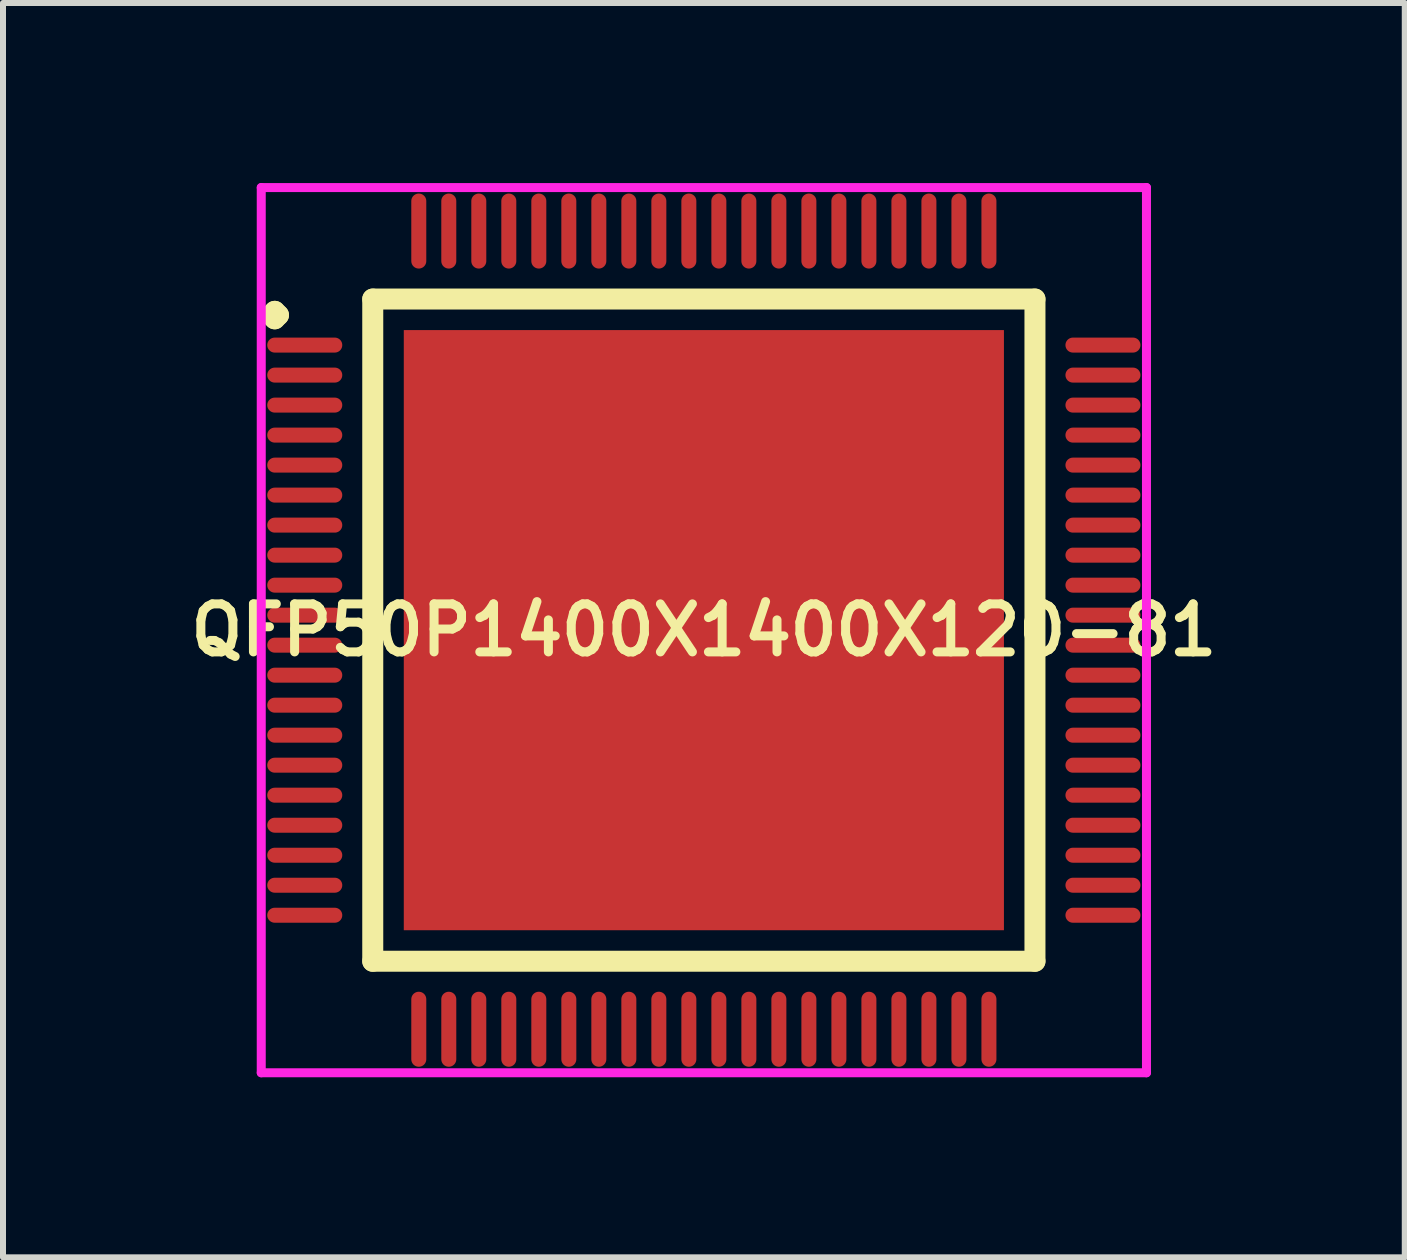
<source format=kicad_pcb>
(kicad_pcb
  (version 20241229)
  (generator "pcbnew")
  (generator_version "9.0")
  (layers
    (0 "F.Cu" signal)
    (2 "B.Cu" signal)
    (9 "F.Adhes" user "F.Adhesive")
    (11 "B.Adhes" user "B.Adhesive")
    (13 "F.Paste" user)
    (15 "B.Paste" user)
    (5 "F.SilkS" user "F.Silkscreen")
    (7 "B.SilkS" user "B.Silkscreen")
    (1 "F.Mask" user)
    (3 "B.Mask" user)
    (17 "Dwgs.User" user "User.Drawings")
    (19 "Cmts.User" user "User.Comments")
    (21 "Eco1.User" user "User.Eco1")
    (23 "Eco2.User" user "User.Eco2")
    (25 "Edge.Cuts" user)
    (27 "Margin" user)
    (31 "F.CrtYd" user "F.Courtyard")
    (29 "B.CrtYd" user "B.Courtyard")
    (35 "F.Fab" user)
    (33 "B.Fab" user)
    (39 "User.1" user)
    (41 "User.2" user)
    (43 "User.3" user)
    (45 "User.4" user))
  (footprint "QFP50P1400X1400X120-81"
    (layer "F.Cu")
    (at 8.678 7.45)
    (property "Reference" "QFP50P1400X1400X120-81" (at 0 0 0) (layer "F.SilkS") (effects (font (size 0.8 0.8) (thickness 0.15))))
    (attr through_hole)
    (fp_line (start -7.213 -5.25) (end -7.15 -5.312) (stroke (width 0.35) (type solid)) (layer "F.SilkS"))
    (fp_line (start -7.15 -5.312) (end -7.088 -5.25) (stroke (width 0.35) (type solid)) (layer "F.SilkS"))
    (fp_line (start -7.15 -5.188) (end -7.213 -5.25) (stroke (width 0.35) (type solid)) (layer "F.SilkS"))
    (fp_line (start -7.088 -5.25) (end -7.15 -5.188) (stroke (width 0.35) (type solid)) (layer "F.SilkS"))
    (fp_line (start -5.517 -5.517) (end -5.517 5.517) (stroke (width 0.35) (type solid)) (layer "F.SilkS"))
    (fp_line (start -5.517 5.517) (end 5.517 5.517) (stroke (width 0.35) (type solid)) (layer "F.SilkS"))
    (fp_line (start 5.517 -5.517) (end -5.517 -5.517) (stroke (width 0.35) (type solid)) (layer "F.SilkS"))
    (fp_line (start 5.517 5.517) (end 5.517 -5.517) (stroke (width 0.35) (type solid)) (layer "F.SilkS"))
    (fp_line (start -7.375 -7.375) (end 7.375 -7.375) (stroke (width 0.15) (type solid)) (layer "F.CrtYd"))
    (fp_line (start -7.375 7.375) (end -7.375 -7.375) (stroke (width 0.15) (type solid)) (layer "F.CrtYd"))
    (fp_line (start 7.375 -7.375) (end 7.375 7.375) (stroke (width 0.15) (type solid)) (layer "F.CrtYd"))
    (fp_line (start 7.375 7.375) (end -7.375 7.375) (stroke (width 0.15) (type solid)) (layer "F.CrtYd"))
    (pad "1" smd oval (at -6.65 -4.75) (size 1.25 0.25) (layers "F.Cu" "F.Mask" "F.Paste"))
    (pad "2" smd oval (at -6.65 -4.25) (size 1.25 0.25) (layers "F.Cu" "F.Mask" "F.Paste"))
    (pad "3" smd oval (at -6.65 -3.75) (size 1.25 0.25) (layers "F.Cu" "F.Mask" "F.Paste"))
    (pad "4" smd oval (at -6.65 -3.25) (size 1.25 0.25) (layers "F.Cu" "F.Mask" "F.Paste"))
    (pad "5" smd oval (at -6.65 -2.75) (size 1.25 0.25) (layers "F.Cu" "F.Mask" "F.Paste"))
    (pad "6" smd oval (at -6.65 -2.25) (size 1.25 0.25) (layers "F.Cu" "F.Mask" "F.Paste"))
    (pad "7" smd oval (at -6.65 -1.75) (size 1.25 0.25) (layers "F.Cu" "F.Mask" "F.Paste"))
    (pad "8" smd oval (at -6.65 -1.25) (size 1.25 0.25) (layers "F.Cu" "F.Mask" "F.Paste"))
    (pad "9" smd oval (at -6.65 -0.75) (size 1.25 0.25) (layers "F.Cu" "F.Mask" "F.Paste"))
    (pad "10" smd oval (at -6.65 -0.25) (size 1.25 0.25) (layers "F.Cu" "F.Mask" "F.Paste"))
    (pad "11" smd oval (at -6.65 0.25) (size 1.25 0.25) (layers "F.Cu" "F.Mask" "F.Paste"))
    (pad "12" smd oval (at -6.65 0.75) (size 1.25 0.25) (layers "F.Cu" "F.Mask" "F.Paste"))
    (pad "13" smd oval (at -6.65 1.25) (size 1.25 0.25) (layers "F.Cu" "F.Mask" "F.Paste"))
    (pad "14" smd oval (at -6.65 1.75) (size 1.25 0.25) (layers "F.Cu" "F.Mask" "F.Paste"))
    (pad "15" smd oval (at -6.65 2.25) (size 1.25 0.25) (layers "F.Cu" "F.Mask" "F.Paste"))
    (pad "16" smd oval (at -6.65 2.75) (size 1.25 0.25) (layers "F.Cu" "F.Mask" "F.Paste"))
    (pad "17" smd oval (at -6.65 3.25) (size 1.25 0.25) (layers "F.Cu" "F.Mask" "F.Paste"))
    (pad "18" smd oval (at -6.65 3.75) (size 1.25 0.25) (layers "F.Cu" "F.Mask" "F.Paste"))
    (pad "19" smd oval (at -6.65 4.25) (size 1.25 0.25) (layers "F.Cu" "F.Mask" "F.Paste"))
    (pad "20" smd oval (at -6.65 4.75) (size 1.25 0.25) (layers "F.Cu" "F.Mask" "F.Paste"))
    (pad "21" smd oval (at -4.75 6.65) (size 0.25 1.25) (layers "F.Cu" "F.Mask" "F.Paste"))
    (pad "22" smd oval (at -4.25 6.65) (size 0.25 1.25) (layers "F.Cu" "F.Mask" "F.Paste"))
    (pad "23" smd oval (at -3.75 6.65) (size 0.25 1.25) (layers "F.Cu" "F.Mask" "F.Paste"))
    (pad "24" smd oval (at -3.25 6.65) (size 0.25 1.25) (layers "F.Cu" "F.Mask" "F.Paste"))
    (pad "25" smd oval (at -2.75 6.65) (size 0.25 1.25) (layers "F.Cu" "F.Mask" "F.Paste"))
    (pad "26" smd oval (at -2.25 6.65) (size 0.25 1.25) (layers "F.Cu" "F.Mask" "F.Paste"))
    (pad "27" smd oval (at -1.75 6.65) (size 0.25 1.25) (layers "F.Cu" "F.Mask" "F.Paste"))
    (pad "28" smd oval (at -1.25 6.65) (size 0.25 1.25) (layers "F.Cu" "F.Mask" "F.Paste"))
    (pad "29" smd oval (at -0.75 6.65) (size 0.25 1.25) (layers "F.Cu" "F.Mask" "F.Paste"))
    (pad "30" smd oval (at -0.25 6.65) (size 0.25 1.25) (layers "F.Cu" "F.Mask" "F.Paste"))
    (pad "31" smd oval (at 0.25 6.65) (size 0.25 1.25) (layers "F.Cu" "F.Mask" "F.Paste"))
    (pad "32" smd oval (at 0.75 6.65) (size 0.25 1.25) (layers "F.Cu" "F.Mask" "F.Paste"))
    (pad "33" smd oval (at 1.25 6.65) (size 0.25 1.25) (layers "F.Cu" "F.Mask" "F.Paste"))
    (pad "34" smd oval (at 1.75 6.65) (size 0.25 1.25) (layers "F.Cu" "F.Mask" "F.Paste"))
    (pad "35" smd oval (at 2.25 6.65) (size 0.25 1.25) (layers "F.Cu" "F.Mask" "F.Paste"))
    (pad "36" smd oval (at 2.75 6.65) (size 0.25 1.25) (layers "F.Cu" "F.Mask" "F.Paste"))
    (pad "37" smd oval (at 3.25 6.65) (size 0.25 1.25) (layers "F.Cu" "F.Mask" "F.Paste"))
    (pad "38" smd oval (at 3.75 6.65) (size 0.25 1.25) (layers "F.Cu" "F.Mask" "F.Paste"))
    (pad "39" smd oval (at 4.25 6.65) (size 0.25 1.25) (layers "F.Cu" "F.Mask" "F.Paste"))
    (pad "40" smd oval (at 4.75 6.65) (size 0.25 1.25) (layers "F.Cu" "F.Mask" "F.Paste"))
    (pad "41" smd oval (at 6.65 4.75) (size 1.25 0.25) (layers "F.Cu" "F.Mask" "F.Paste"))
    (pad "42" smd oval (at 6.65 4.25) (size 1.25 0.25) (layers "F.Cu" "F.Mask" "F.Paste"))
    (pad "43" smd oval (at 6.65 3.75) (size 1.25 0.25) (layers "F.Cu" "F.Mask" "F.Paste"))
    (pad "44" smd oval (at 6.65 3.25) (size 1.25 0.25) (layers "F.Cu" "F.Mask" "F.Paste"))
    (pad "45" smd oval (at 6.65 2.75) (size 1.25 0.25) (layers "F.Cu" "F.Mask" "F.Paste"))
    (pad "46" smd oval (at 6.65 2.25) (size 1.25 0.25) (layers "F.Cu" "F.Mask" "F.Paste"))
    (pad "47" smd oval (at 6.65 1.75) (size 1.25 0.25) (layers "F.Cu" "F.Mask" "F.Paste"))
    (pad "48" smd oval (at 6.65 1.25) (size 1.25 0.25) (layers "F.Cu" "F.Mask" "F.Paste"))
    (pad "49" smd oval (at 6.65 0.75) (size 1.25 0.25) (layers "F.Cu" "F.Mask" "F.Paste"))
    (pad "50" smd oval (at 6.65 0.25) (size 1.25 0.25) (layers "F.Cu" "F.Mask" "F.Paste"))
    (pad "51" smd oval (at 6.65 -0.25) (size 1.25 0.25) (layers "F.Cu" "F.Mask" "F.Paste"))
    (pad "52" smd oval (at 6.65 -0.75) (size 1.25 0.25) (layers "F.Cu" "F.Mask" "F.Paste"))
    (pad "53" smd oval (at 6.65 -1.25) (size 1.25 0.25) (layers "F.Cu" "F.Mask" "F.Paste"))
    (pad "54" smd oval (at 6.65 -1.75) (size 1.25 0.25) (layers "F.Cu" "F.Mask" "F.Paste"))
    (pad "55" smd oval (at 6.65 -2.25) (size 1.25 0.25) (layers "F.Cu" "F.Mask" "F.Paste"))
    (pad "56" smd oval (at 6.65 -2.75) (size 1.25 0.25) (layers "F.Cu" "F.Mask" "F.Paste"))
    (pad "57" smd oval (at 6.65 -3.25) (size 1.25 0.25) (layers "F.Cu" "F.Mask" "F.Paste"))
    (pad "58" smd oval (at 6.65 -3.75) (size 1.25 0.25) (layers "F.Cu" "F.Mask" "F.Paste"))
    (pad "59" smd oval (at 6.65 -4.25) (size 1.25 0.25) (layers "F.Cu" "F.Mask" "F.Paste"))
    (pad "60" smd oval (at 6.65 -4.75) (size 1.25 0.25) (layers "F.Cu" "F.Mask" "F.Paste"))
    (pad "61" smd oval (at 4.75 -6.65) (size 0.25 1.25) (layers "F.Cu" "F.Mask" "F.Paste"))
    (pad "62" smd oval (at 4.25 -6.65) (size 0.25 1.25) (layers "F.Cu" "F.Mask" "F.Paste"))
    (pad "63" smd oval (at 3.75 -6.65) (size 0.25 1.25) (layers "F.Cu" "F.Mask" "F.Paste"))
    (pad "64" smd oval (at 3.25 -6.65) (size 0.25 1.25) (layers "F.Cu" "F.Mask" "F.Paste"))
    (pad "65" smd oval (at 2.75 -6.65) (size 0.25 1.25) (layers "F.Cu" "F.Mask" "F.Paste"))
    (pad "66" smd oval (at 2.25 -6.65) (size 0.25 1.25) (layers "F.Cu" "F.Mask" "F.Paste"))
    (pad "67" smd oval (at 1.75 -6.65) (size 0.25 1.25) (layers "F.Cu" "F.Mask" "F.Paste"))
    (pad "68" smd oval (at 1.25 -6.65) (size 0.25 1.25) (layers "F.Cu" "F.Mask" "F.Paste"))
    (pad "69" smd oval (at 0.75 -6.65) (size 0.25 1.25) (layers "F.Cu" "F.Mask" "F.Paste"))
    (pad "70" smd oval (at 0.25 -6.65) (size 0.25 1.25) (layers "F.Cu" "F.Mask" "F.Paste"))
    (pad "71" smd oval (at -0.25 -6.65) (size 0.25 1.25) (layers "F.Cu" "F.Mask" "F.Paste"))
    (pad "72" smd oval (at -0.75 -6.65) (size 0.25 1.25) (layers "F.Cu" "F.Mask" "F.Paste"))
    (pad "73" smd oval (at -1.25 -6.65) (size 0.25 1.25) (layers "F.Cu" "F.Mask" "F.Paste"))
    (pad "74" smd oval (at -1.75 -6.65) (size 0.25 1.25) (layers "F.Cu" "F.Mask" "F.Paste"))
    (pad "75" smd oval (at -2.25 -6.65) (size 0.25 1.25) (layers "F.Cu" "F.Mask" "F.Paste"))
    (pad "76" smd oval (at -2.75 -6.65) (size 0.25 1.25) (layers "F.Cu" "F.Mask" "F.Paste"))
    (pad "77" smd oval (at -3.25 -6.65) (size 0.25 1.25) (layers "F.Cu" "F.Mask" "F.Paste"))
    (pad "78" smd oval (at -3.75 -6.65) (size 0.25 1.25) (layers "F.Cu" "F.Mask" "F.Paste"))
    (pad "79" smd oval (at -4.25 -6.65) (size 0.25 1.25) (layers "F.Cu" "F.Mask" "F.Paste"))
    (pad "80" smd oval (at -4.75 -6.65) (size 0.25 1.25) (layers "F.Cu" "F.Mask" "F.Paste"))
    (pad "81" smd rect (at 0 0) (size 10 10) (layers "F.Cu" "F.Mask" "F.Paste")))
  (gr_rect
    (start -3 -3)
    (end 20.357 17.9)
    (stroke (width 0.1) (type default))
    (fill no)
    (layer "Edge.Cuts")))
</source>
